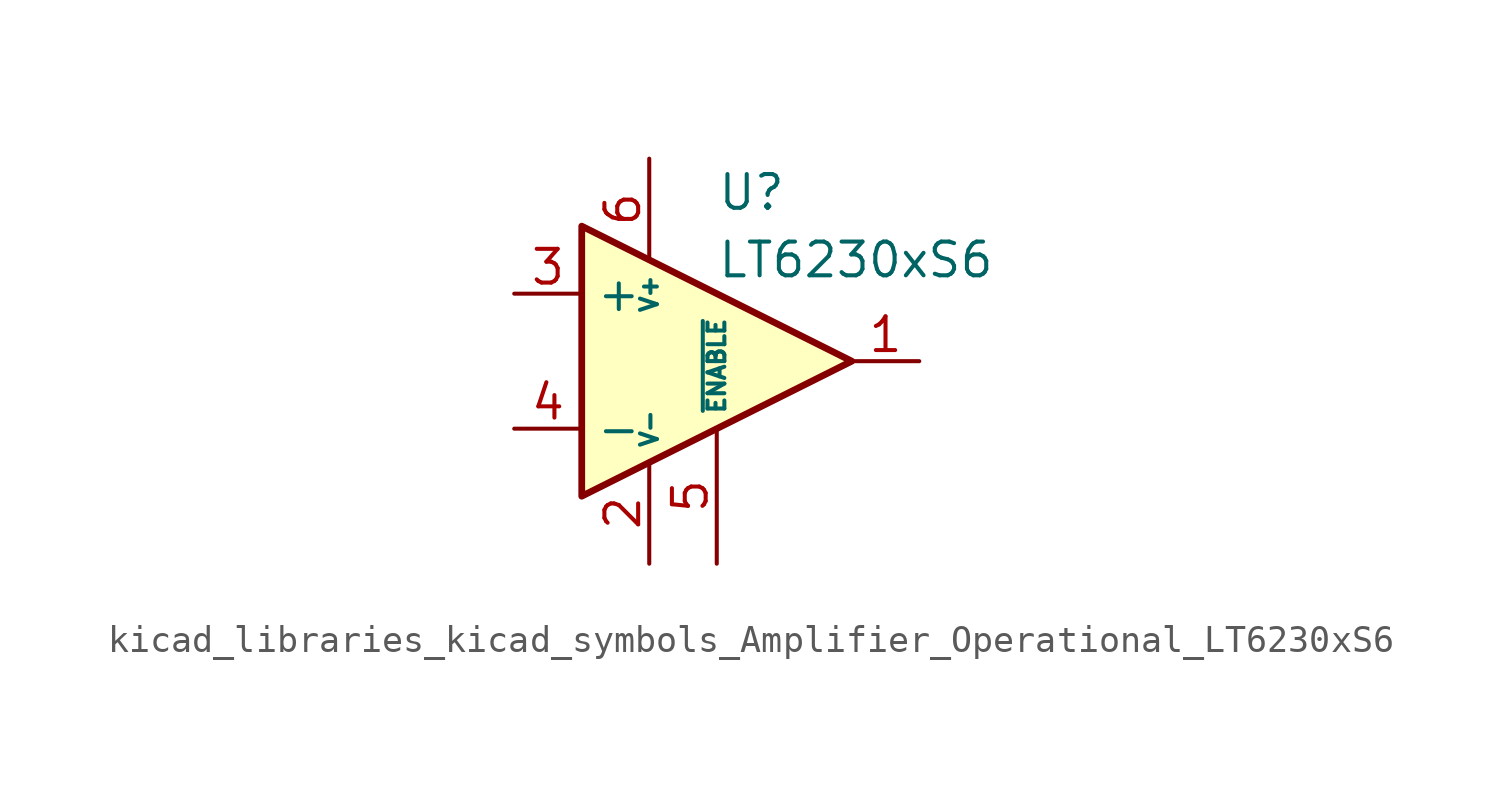
<source format=kicad_sym>
(kicad_symbol_lib
  (version 20220914)
  (generator kicad_symbol_editor)
  (symbol "kicad_libraries_kicad_symbols_Amplifier_Operational_LT6230xS6"
    (property "Reference" "U"
      (at 0 6.35 0)
      (effects (font (size 1.27 1.27)) (justify left)))
    (property "Value" "LT6230xS6"
      (at 0 3.81 0)
      (effects (font (size 1.27 1.27)) (justify left)))
    (symbol "kicad_libraries_kicad_symbols_Amplifier_Operational_LT6230xS6_1_1"
      (polyline (pts (xy -5.08 5.08) (xy 5.08 0) (xy -5.08 -5.08) (xy -5.08 5.08)) (stroke (width 0.254) (type default)) (fill (type background)))
      (pin output line (at 7.62 0 180) (length 2.54) (name "~" (effects (font (size 1.27 1.27)))) (number "1" (effects (font (size 1.27 1.27)))))
      (pin power_in line (at -2.54 -7.62 90) (length 3.81) (name "V-" (effects (font (size 0.635 0.635)))) (number "2" (effects (font (size 1.27 1.27)))))
      (pin input line (at -7.62 2.54 0) (length 2.54) (name "+" (effects (font (size 1.27 1.27)))) (number "3" (effects (font (size 1.27 1.27)))))
      (pin input line (at -7.62 -2.54 0) (length 2.54) (name "-" (effects (font (size 1.27 1.27)))) (number "4" (effects (font (size 1.27 1.27)))))
      (pin input line (at 0 -7.62 90) (length 5.08) (name "~{ENABLE}" (effects (font (size 0.635 0.635)))) (number "5" (effects (font (size 1.27 1.27)))))
      (pin power_in line (at -2.54 7.62 270) (length 3.81) (name "V+" (effects (font (size 0.635 0.635)))) (number "6" (effects (font (size 1.27 1.27))))))))
</source>
